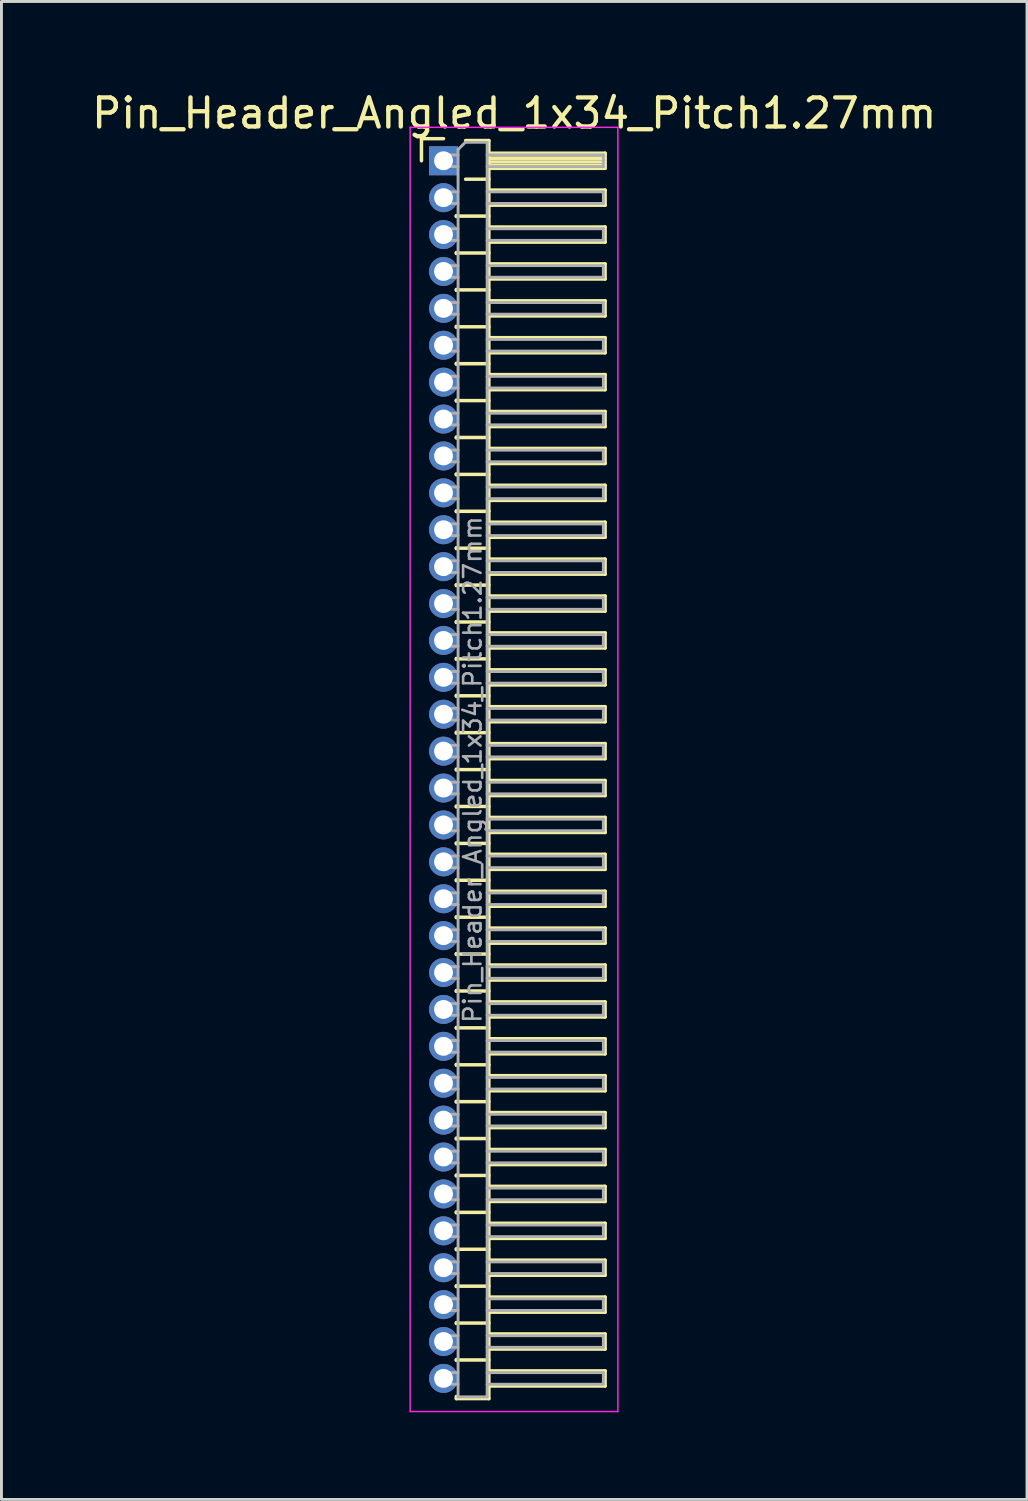
<source format=kicad_pcb>
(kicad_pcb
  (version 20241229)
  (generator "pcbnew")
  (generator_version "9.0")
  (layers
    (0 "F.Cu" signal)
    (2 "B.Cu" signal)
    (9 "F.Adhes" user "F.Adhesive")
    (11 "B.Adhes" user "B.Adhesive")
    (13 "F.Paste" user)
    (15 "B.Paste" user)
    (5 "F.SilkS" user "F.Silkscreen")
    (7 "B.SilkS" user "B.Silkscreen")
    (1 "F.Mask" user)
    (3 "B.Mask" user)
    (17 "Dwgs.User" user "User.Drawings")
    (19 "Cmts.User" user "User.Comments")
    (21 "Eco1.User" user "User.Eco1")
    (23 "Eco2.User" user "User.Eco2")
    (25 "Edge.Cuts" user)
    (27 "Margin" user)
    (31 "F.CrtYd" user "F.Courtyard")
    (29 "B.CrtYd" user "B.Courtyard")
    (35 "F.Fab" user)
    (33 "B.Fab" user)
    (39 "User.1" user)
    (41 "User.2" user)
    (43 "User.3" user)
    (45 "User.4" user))
  (footprint "Pin_Header_Angled_1x34_Pitch1.27mm"
    (layer "F.Cu")
    (at 12.216 2.483)
    (property "Reference" "Pin_Header_Angled_1x34_Pitch1.27mm" (at 2.433 -1.635 0) (layer "F.SilkS") (effects (font (size 1 1) (thickness 0.15))))
    (attr through_hole)
    (fp_line (start -0.76 -0.76) (end 0 -0.76) (stroke (width 0.12) (type solid)) (layer "F.SilkS"))
    (fp_line (start -0.76 0) (end -0.76 -0.76) (stroke (width 0.12) (type solid)) (layer "F.SilkS"))
    (fp_line (start 0.44 1.89) (end 0.44 1.92) (stroke (width 0.12) (type solid)) (layer "F.SilkS"))
    (fp_line (start 0.44 1.905) (end 1.56 1.905) (stroke (width 0.12) (type solid)) (layer "F.SilkS"))
    (fp_line (start 0.44 3.16) (end 0.44 3.19) (stroke (width 0.12) (type solid)) (layer "F.SilkS"))
    (fp_line (start 0.44 3.175) (end 1.56 3.175) (stroke (width 0.12) (type solid)) (layer "F.SilkS"))
    (fp_line (start 0.44 4.43) (end 0.44 4.46) (stroke (width 0.12) (type solid)) (layer "F.SilkS"))
    (fp_line (start 0.44 4.445) (end 1.56 4.445) (stroke (width 0.12) (type solid)) (layer "F.SilkS"))
    (fp_line (start 0.44 5.7) (end 0.44 5.73) (stroke (width 0.12) (type solid)) (layer "F.SilkS"))
    (fp_line (start 0.44 5.715) (end 1.56 5.715) (stroke (width 0.12) (type solid)) (layer "F.SilkS"))
    (fp_line (start 0.44 6.97) (end 0.44 7) (stroke (width 0.12) (type solid)) (layer "F.SilkS"))
    (fp_line (start 0.44 6.985) (end 1.56 6.985) (stroke (width 0.12) (type solid)) (layer "F.SilkS"))
    (fp_line (start 0.44 8.24) (end 0.44 8.27) (stroke (width 0.12) (type solid)) (layer "F.SilkS"))
    (fp_line (start 0.44 8.255) (end 1.56 8.255) (stroke (width 0.12) (type solid)) (layer "F.SilkS"))
    (fp_line (start 0.44 9.51) (end 0.44 9.54) (stroke (width 0.12) (type solid)) (layer "F.SilkS"))
    (fp_line (start 0.44 9.525) (end 1.56 9.525) (stroke (width 0.12) (type solid)) (layer "F.SilkS"))
    (fp_line (start 0.44 10.78) (end 0.44 10.81) (stroke (width 0.12) (type solid)) (layer "F.SilkS"))
    (fp_line (start 0.44 10.795) (end 1.56 10.795) (stroke (width 0.12) (type solid)) (layer "F.SilkS"))
    (fp_line (start 0.44 12.05) (end 0.44 12.08) (stroke (width 0.12) (type solid)) (layer "F.SilkS"))
    (fp_line (start 0.44 12.065) (end 1.56 12.065) (stroke (width 0.12) (type solid)) (layer "F.SilkS"))
    (fp_line (start 0.44 13.32) (end 0.44 13.35) (stroke (width 0.12) (type solid)) (layer "F.SilkS"))
    (fp_line (start 0.44 13.335) (end 1.56 13.335) (stroke (width 0.12) (type solid)) (layer "F.SilkS"))
    (fp_line (start 0.44 14.59) (end 0.44 14.62) (stroke (width 0.12) (type solid)) (layer "F.SilkS"))
    (fp_line (start 0.44 14.605) (end 1.56 14.605) (stroke (width 0.12) (type solid)) (layer "F.SilkS"))
    (fp_line (start 0.44 15.86) (end 0.44 15.89) (stroke (width 0.12) (type solid)) (layer "F.SilkS"))
    (fp_line (start 0.44 15.875) (end 1.56 15.875) (stroke (width 0.12) (type solid)) (layer "F.SilkS"))
    (fp_line (start 0.44 17.13) (end 0.44 17.16) (stroke (width 0.12) (type solid)) (layer "F.SilkS"))
    (fp_line (start 0.44 17.145) (end 1.56 17.145) (stroke (width 0.12) (type solid)) (layer "F.SilkS"))
    (fp_line (start 0.44 18.4) (end 0.44 18.43) (stroke (width 0.12) (type solid)) (layer "F.SilkS"))
    (fp_line (start 0.44 18.415) (end 1.56 18.415) (stroke (width 0.12) (type solid)) (layer "F.SilkS"))
    (fp_line (start 0.44 19.67) (end 0.44 19.7) (stroke (width 0.12) (type solid)) (layer "F.SilkS"))
    (fp_line (start 0.44 19.685) (end 1.56 19.685) (stroke (width 0.12) (type solid)) (layer "F.SilkS"))
    (fp_line (start 0.44 20.94) (end 0.44 20.97) (stroke (width 0.12) (type solid)) (layer "F.SilkS"))
    (fp_line (start 0.44 20.955) (end 1.56 20.955) (stroke (width 0.12) (type solid)) (layer "F.SilkS"))
    (fp_line (start 0.44 22.21) (end 0.44 22.24) (stroke (width 0.12) (type solid)) (layer "F.SilkS"))
    (fp_line (start 0.44 22.225) (end 1.56 22.225) (stroke (width 0.12) (type solid)) (layer "F.SilkS"))
    (fp_line (start 0.44 23.48) (end 0.44 23.51) (stroke (width 0.12) (type solid)) (layer "F.SilkS"))
    (fp_line (start 0.44 23.495) (end 1.56 23.495) (stroke (width 0.12) (type solid)) (layer "F.SilkS"))
    (fp_line (start 0.44 24.75) (end 0.44 24.78) (stroke (width 0.12) (type solid)) (layer "F.SilkS"))
    (fp_line (start 0.44 24.765) (end 1.56 24.765) (stroke (width 0.12) (type solid)) (layer "F.SilkS"))
    (fp_line (start 0.44 26.02) (end 0.44 26.05) (stroke (width 0.12) (type solid)) (layer "F.SilkS"))
    (fp_line (start 0.44 26.035) (end 1.56 26.035) (stroke (width 0.12) (type solid)) (layer "F.SilkS"))
    (fp_line (start 0.44 27.29) (end 0.44 27.32) (stroke (width 0.12) (type solid)) (layer "F.SilkS"))
    (fp_line (start 0.44 27.305) (end 1.56 27.305) (stroke (width 0.12) (type solid)) (layer "F.SilkS"))
    (fp_line (start 0.44 28.56) (end 0.44 28.59) (stroke (width 0.12) (type solid)) (layer "F.SilkS"))
    (fp_line (start 0.44 28.575) (end 1.56 28.575) (stroke (width 0.12) (type solid)) (layer "F.SilkS"))
    (fp_line (start 0.44 29.83) (end 0.44 29.86) (stroke (width 0.12) (type solid)) (layer "F.SilkS"))
    (fp_line (start 0.44 29.845) (end 1.56 29.845) (stroke (width 0.12) (type solid)) (layer "F.SilkS"))
    (fp_line (start 0.44 31.1) (end 0.44 31.13) (stroke (width 0.12) (type solid)) (layer "F.SilkS"))
    (fp_line (start 0.44 31.115) (end 1.56 31.115) (stroke (width 0.12) (type solid)) (layer "F.SilkS"))
    (fp_line (start 0.44 32.37) (end 0.44 32.4) (stroke (width 0.12) (type solid)) (layer "F.SilkS"))
    (fp_line (start 0.44 32.385) (end 1.56 32.385) (stroke (width 0.12) (type solid)) (layer "F.SilkS"))
    (fp_line (start 0.44 33.64) (end 0.44 33.67) (stroke (width 0.12) (type solid)) (layer "F.SilkS"))
    (fp_line (start 0.44 33.655) (end 1.56 33.655) (stroke (width 0.12) (type solid)) (layer "F.SilkS"))
    (fp_line (start 0.44 34.91) (end 0.44 34.94) (stroke (width 0.12) (type solid)) (layer "F.SilkS"))
    (fp_line (start 0.44 34.925) (end 1.56 34.925) (stroke (width 0.12) (type solid)) (layer "F.SilkS"))
    (fp_line (start 0.44 36.18) (end 0.44 36.21) (stroke (width 0.12) (type solid)) (layer "F.SilkS"))
    (fp_line (start 0.44 36.195) (end 1.56 36.195) (stroke (width 0.12) (type solid)) (layer "F.SilkS"))
    (fp_line (start 0.44 37.45) (end 0.44 37.48) (stroke (width 0.12) (type solid)) (layer "F.SilkS"))
    (fp_line (start 0.44 37.465) (end 1.56 37.465) (stroke (width 0.12) (type solid)) (layer "F.SilkS"))
    (fp_line (start 0.44 38.72) (end 0.44 38.75) (stroke (width 0.12) (type solid)) (layer "F.SilkS"))
    (fp_line (start 0.44 38.735) (end 1.56 38.735) (stroke (width 0.12) (type solid)) (layer "F.SilkS"))
    (fp_line (start 0.44 39.99) (end 0.44 40.02) (stroke (width 0.12) (type solid)) (layer "F.SilkS"))
    (fp_line (start 0.44 40.005) (end 1.56 40.005) (stroke (width 0.12) (type solid)) (layer "F.SilkS"))
    (fp_line (start 0.44 41.26) (end 0.44 41.29) (stroke (width 0.12) (type solid)) (layer "F.SilkS"))
    (fp_line (start 0.44 41.275) (end 1.56 41.275) (stroke (width 0.12) (type solid)) (layer "F.SilkS"))
    (fp_line (start 0.44 42.605) (end 0.44 42.53) (stroke (width 0.12) (type solid)) (layer "F.SilkS"))
    (fp_line (start 0.76 -0.695) (end 1.56 -0.695) (stroke (width 0.12) (type solid)) (layer "F.SilkS"))
    (fp_line (start 0.76 0.635) (end 1.56 0.635) (stroke (width 0.12) (type solid)) (layer "F.SilkS"))
    (fp_line (start 1.56 -0.695) (end 1.56 42.605) (stroke (width 0.12) (type solid)) (layer "F.SilkS"))
    (fp_line (start 1.56 -0.26) (end 5.56 -0.26) (stroke (width 0.12) (type solid)) (layer "F.SilkS"))
    (fp_line (start 1.56 -0.2) (end 5.56 -0.2) (stroke (width 0.12) (type solid)) (layer "F.SilkS"))
    (fp_line (start 1.56 -0.08) (end 5.56 -0.08) (stroke (width 0.12) (type solid)) (layer "F.SilkS"))
    (fp_line (start 1.56 0.04) (end 5.56 0.04) (stroke (width 0.12) (type solid)) (layer "F.SilkS"))
    (fp_line (start 1.56 0.16) (end 5.56 0.16) (stroke (width 0.12) (type solid)) (layer "F.SilkS"))
    (fp_line (start 1.56 1.01) (end 5.56 1.01) (stroke (width 0.12) (type solid)) (layer "F.SilkS"))
    (fp_line (start 1.56 2.28) (end 5.56 2.28) (stroke (width 0.12) (type solid)) (layer "F.SilkS"))
    (fp_line (start 1.56 3.55) (end 5.56 3.55) (stroke (width 0.12) (type solid)) (layer "F.SilkS"))
    (fp_line (start 1.56 4.82) (end 5.56 4.82) (stroke (width 0.12) (type solid)) (layer "F.SilkS"))
    (fp_line (start 1.56 6.09) (end 5.56 6.09) (stroke (width 0.12) (type solid)) (layer "F.SilkS"))
    (fp_line (start 1.56 7.36) (end 5.56 7.36) (stroke (width 0.12) (type solid)) (layer "F.SilkS"))
    (fp_line (start 1.56 8.63) (end 5.56 8.63) (stroke (width 0.12) (type solid)) (layer "F.SilkS"))
    (fp_line (start 1.56 9.9) (end 5.56 9.9) (stroke (width 0.12) (type solid)) (layer "F.SilkS"))
    (fp_line (start 1.56 11.17) (end 5.56 11.17) (stroke (width 0.12) (type solid)) (layer "F.SilkS"))
    (fp_line (start 1.56 12.44) (end 5.56 12.44) (stroke (width 0.12) (type solid)) (layer "F.SilkS"))
    (fp_line (start 1.56 13.71) (end 5.56 13.71) (stroke (width 0.12) (type solid)) (layer "F.SilkS"))
    (fp_line (start 1.56 14.98) (end 5.56 14.98) (stroke (width 0.12) (type solid)) (layer "F.SilkS"))
    (fp_line (start 1.56 16.25) (end 5.56 16.25) (stroke (width 0.12) (type solid)) (layer "F.SilkS"))
    (fp_line (start 1.56 17.52) (end 5.56 17.52) (stroke (width 0.12) (type solid)) (layer "F.SilkS"))
    (fp_line (start 1.56 18.79) (end 5.56 18.79) (stroke (width 0.12) (type solid)) (layer "F.SilkS"))
    (fp_line (start 1.56 20.06) (end 5.56 20.06) (stroke (width 0.12) (type solid)) (layer "F.SilkS"))
    (fp_line (start 1.56 21.33) (end 5.56 21.33) (stroke (width 0.12) (type solid)) (layer "F.SilkS"))
    (fp_line (start 1.56 22.6) (end 5.56 22.6) (stroke (width 0.12) (type solid)) (layer "F.SilkS"))
    (fp_line (start 1.56 23.87) (end 5.56 23.87) (stroke (width 0.12) (type solid)) (layer "F.SilkS"))
    (fp_line (start 1.56 25.14) (end 5.56 25.14) (stroke (width 0.12) (type solid)) (layer "F.SilkS"))
    (fp_line (start 1.56 26.41) (end 5.56 26.41) (stroke (width 0.12) (type solid)) (layer "F.SilkS"))
    (fp_line (start 1.56 27.68) (end 5.56 27.68) (stroke (width 0.12) (type solid)) (layer "F.SilkS"))
    (fp_line (start 1.56 28.95) (end 5.56 28.95) (stroke (width 0.12) (type solid)) (layer "F.SilkS"))
    (fp_line (start 1.56 30.22) (end 5.56 30.22) (stroke (width 0.12) (type solid)) (layer "F.SilkS"))
    (fp_line (start 1.56 31.49) (end 5.56 31.49) (stroke (width 0.12) (type solid)) (layer "F.SilkS"))
    (fp_line (start 1.56 32.76) (end 5.56 32.76) (stroke (width 0.12) (type solid)) (layer "F.SilkS"))
    (fp_line (start 1.56 34.03) (end 5.56 34.03) (stroke (width 0.12) (type solid)) (layer "F.SilkS"))
    (fp_line (start 1.56 35.3) (end 5.56 35.3) (stroke (width 0.12) (type solid)) (layer "F.SilkS"))
    (fp_line (start 1.56 36.57) (end 5.56 36.57) (stroke (width 0.12) (type solid)) (layer "F.SilkS"))
    (fp_line (start 1.56 37.84) (end 5.56 37.84) (stroke (width 0.12) (type solid)) (layer "F.SilkS"))
    (fp_line (start 1.56 39.11) (end 5.56 39.11) (stroke (width 0.12) (type solid)) (layer "F.SilkS"))
    (fp_line (start 1.56 40.38) (end 5.56 40.38) (stroke (width 0.12) (type solid)) (layer "F.SilkS"))
    (fp_line (start 1.56 41.65) (end 5.56 41.65) (stroke (width 0.12) (type solid)) (layer "F.SilkS"))
    (fp_line (start 1.56 42.605) (end 0.44 42.605) (stroke (width 0.12) (type solid)) (layer "F.SilkS"))
    (fp_line (start 5.56 -0.26) (end 5.56 0.26) (stroke (width 0.12) (type solid)) (layer "F.SilkS"))
    (fp_line (start 5.56 0.26) (end 1.56 0.26) (stroke (width 0.12) (type solid)) (layer "F.SilkS"))
    (fp_line (start 5.56 1.01) (end 5.56 1.53) (stroke (width 0.12) (type solid)) (layer "F.SilkS"))
    (fp_line (start 5.56 1.53) (end 1.56 1.53) (stroke (width 0.12) (type solid)) (layer "F.SilkS"))
    (fp_line (start 5.56 2.28) (end 5.56 2.8) (stroke (width 0.12) (type solid)) (layer "F.SilkS"))
    (fp_line (start 5.56 2.8) (end 1.56 2.8) (stroke (width 0.12) (type solid)) (layer "F.SilkS"))
    (fp_line (start 5.56 3.55) (end 5.56 4.07) (stroke (width 0.12) (type solid)) (layer "F.SilkS"))
    (fp_line (start 5.56 4.07) (end 1.56 4.07) (stroke (width 0.12) (type solid)) (layer "F.SilkS"))
    (fp_line (start 5.56 4.82) (end 5.56 5.34) (stroke (width 0.12) (type solid)) (layer "F.SilkS"))
    (fp_line (start 5.56 5.34) (end 1.56 5.34) (stroke (width 0.12) (type solid)) (layer "F.SilkS"))
    (fp_line (start 5.56 6.09) (end 5.56 6.61) (stroke (width 0.12) (type solid)) (layer "F.SilkS"))
    (fp_line (start 5.56 6.61) (end 1.56 6.61) (stroke (width 0.12) (type solid)) (layer "F.SilkS"))
    (fp_line (start 5.56 7.36) (end 5.56 7.88) (stroke (width 0.12) (type solid)) (layer "F.SilkS"))
    (fp_line (start 5.56 7.88) (end 1.56 7.88) (stroke (width 0.12) (type solid)) (layer "F.SilkS"))
    (fp_line (start 5.56 8.63) (end 5.56 9.15) (stroke (width 0.12) (type solid)) (layer "F.SilkS"))
    (fp_line (start 5.56 9.15) (end 1.56 9.15) (stroke (width 0.12) (type solid)) (layer "F.SilkS"))
    (fp_line (start 5.56 9.9) (end 5.56 10.42) (stroke (width 0.12) (type solid)) (layer "F.SilkS"))
    (fp_line (start 5.56 10.42) (end 1.56 10.42) (stroke (width 0.12) (type solid)) (layer "F.SilkS"))
    (fp_line (start 5.56 11.17) (end 5.56 11.69) (stroke (width 0.12) (type solid)) (layer "F.SilkS"))
    (fp_line (start 5.56 11.69) (end 1.56 11.69) (stroke (width 0.12) (type solid)) (layer "F.SilkS"))
    (fp_line (start 5.56 12.44) (end 5.56 12.96) (stroke (width 0.12) (type solid)) (layer "F.SilkS"))
    (fp_line (start 5.56 12.96) (end 1.56 12.96) (stroke (width 0.12) (type solid)) (layer "F.SilkS"))
    (fp_line (start 5.56 13.71) (end 5.56 14.23) (stroke (width 0.12) (type solid)) (layer "F.SilkS"))
    (fp_line (start 5.56 14.23) (end 1.56 14.23) (stroke (width 0.12) (type solid)) (layer "F.SilkS"))
    (fp_line (start 5.56 14.98) (end 5.56 15.5) (stroke (width 0.12) (type solid)) (layer "F.SilkS"))
    (fp_line (start 5.56 15.5) (end 1.56 15.5) (stroke (width 0.12) (type solid)) (layer "F.SilkS"))
    (fp_line (start 5.56 16.25) (end 5.56 16.77) (stroke (width 0.12) (type solid)) (layer "F.SilkS"))
    (fp_line (start 5.56 16.77) (end 1.56 16.77) (stroke (width 0.12) (type solid)) (layer "F.SilkS"))
    (fp_line (start 5.56 17.52) (end 5.56 18.04) (stroke (width 0.12) (type solid)) (layer "F.SilkS"))
    (fp_line (start 5.56 18.04) (end 1.56 18.04) (stroke (width 0.12) (type solid)) (layer "F.SilkS"))
    (fp_line (start 5.56 18.79) (end 5.56 19.31) (stroke (width 0.12) (type solid)) (layer "F.SilkS"))
    (fp_line (start 5.56 19.31) (end 1.56 19.31) (stroke (width 0.12) (type solid)) (layer "F.SilkS"))
    (fp_line (start 5.56 20.06) (end 5.56 20.58) (stroke (width 0.12) (type solid)) (layer "F.SilkS"))
    (fp_line (start 5.56 20.58) (end 1.56 20.58) (stroke (width 0.12) (type solid)) (layer "F.SilkS"))
    (fp_line (start 5.56 21.33) (end 5.56 21.85) (stroke (width 0.12) (type solid)) (layer "F.SilkS"))
    (fp_line (start 5.56 21.85) (end 1.56 21.85) (stroke (width 0.12) (type solid)) (layer "F.SilkS"))
    (fp_line (start 5.56 22.6) (end 5.56 23.12) (stroke (width 0.12) (type solid)) (layer "F.SilkS"))
    (fp_line (start 5.56 23.12) (end 1.56 23.12) (stroke (width 0.12) (type solid)) (layer "F.SilkS"))
    (fp_line (start 5.56 23.87) (end 5.56 24.39) (stroke (width 0.12) (type solid)) (layer "F.SilkS"))
    (fp_line (start 5.56 24.39) (end 1.56 24.39) (stroke (width 0.12) (type solid)) (layer "F.SilkS"))
    (fp_line (start 5.56 25.14) (end 5.56 25.66) (stroke (width 0.12) (type solid)) (layer "F.SilkS"))
    (fp_line (start 5.56 25.66) (end 1.56 25.66) (stroke (width 0.12) (type solid)) (layer "F.SilkS"))
    (fp_line (start 5.56 26.41) (end 5.56 26.93) (stroke (width 0.12) (type solid)) (layer "F.SilkS"))
    (fp_line (start 5.56 26.93) (end 1.56 26.93) (stroke (width 0.12) (type solid)) (layer "F.SilkS"))
    (fp_line (start 5.56 27.68) (end 5.56 28.2) (stroke (width 0.12) (type solid)) (layer "F.SilkS"))
    (fp_line (start 5.56 28.2) (end 1.56 28.2) (stroke (width 0.12) (type solid)) (layer "F.SilkS"))
    (fp_line (start 5.56 28.95) (end 5.56 29.47) (stroke (width 0.12) (type solid)) (layer "F.SilkS"))
    (fp_line (start 5.56 29.47) (end 1.56 29.47) (stroke (width 0.12) (type solid)) (layer "F.SilkS"))
    (fp_line (start 5.56 30.22) (end 5.56 30.74) (stroke (width 0.12) (type solid)) (layer "F.SilkS"))
    (fp_line (start 5.56 30.74) (end 1.56 30.74) (stroke (width 0.12) (type solid)) (layer "F.SilkS"))
    (fp_line (start 5.56 31.49) (end 5.56 32.01) (stroke (width 0.12) (type solid)) (layer "F.SilkS"))
    (fp_line (start 5.56 32.01) (end 1.56 32.01) (stroke (width 0.12) (type solid)) (layer "F.SilkS"))
    (fp_line (start 5.56 32.76) (end 5.56 33.28) (stroke (width 0.12) (type solid)) (layer "F.SilkS"))
    (fp_line (start 5.56 33.28) (end 1.56 33.28) (stroke (width 0.12) (type solid)) (layer "F.SilkS"))
    (fp_line (start 5.56 34.03) (end 5.56 34.55) (stroke (width 0.12) (type solid)) (layer "F.SilkS"))
    (fp_line (start 5.56 34.55) (end 1.56 34.55) (stroke (width 0.12) (type solid)) (layer "F.SilkS"))
    (fp_line (start 5.56 35.3) (end 5.56 35.82) (stroke (width 0.12) (type solid)) (layer "F.SilkS"))
    (fp_line (start 5.56 35.82) (end 1.56 35.82) (stroke (width 0.12) (type solid)) (layer "F.SilkS"))
    (fp_line (start 5.56 36.57) (end 5.56 37.09) (stroke (width 0.12) (type solid)) (layer "F.SilkS"))
    (fp_line (start 5.56 37.09) (end 1.56 37.09) (stroke (width 0.12) (type solid)) (layer "F.SilkS"))
    (fp_line (start 5.56 37.84) (end 5.56 38.36) (stroke (width 0.12) (type solid)) (layer "F.SilkS"))
    (fp_line (start 5.56 38.36) (end 1.56 38.36) (stroke (width 0.12) (type solid)) (layer "F.SilkS"))
    (fp_line (start 5.56 39.11) (end 5.56 39.63) (stroke (width 0.12) (type solid)) (layer "F.SilkS"))
    (fp_line (start 5.56 39.63) (end 1.56 39.63) (stroke (width 0.12) (type solid)) (layer "F.SilkS"))
    (fp_line (start 5.56 40.38) (end 5.56 40.9) (stroke (width 0.12) (type solid)) (layer "F.SilkS"))
    (fp_line (start 5.56 40.9) (end 1.56 40.9) (stroke (width 0.12) (type solid)) (layer "F.SilkS"))
    (fp_line (start 5.56 41.65) (end 5.56 42.17) (stroke (width 0.12) (type solid)) (layer "F.SilkS"))
    (fp_line (start 5.56 42.17) (end 1.56 42.17) (stroke (width 0.12) (type solid)) (layer "F.SilkS"))
    (fp_line (start -1.15 -1.15) (end -1.15 43.05) (stroke (width 0.05) (type solid)) (layer "F.CrtYd"))
    (fp_line (start -1.15 43.05) (end 6 43.05) (stroke (width 0.05) (type solid)) (layer "F.CrtYd"))
    (fp_line (start 6 -1.15) (end -1.15 -1.15) (stroke (width 0.05) (type solid)) (layer "F.CrtYd"))
    (fp_line (start 6 43.05) (end 6 -1.15) (stroke (width 0.05) (type solid)) (layer "F.CrtYd"))
    (fp_line (start -0.2 -0.2) (end -0.2 0.2) (stroke (width 0.1) (type solid)) (layer "F.Fab"))
    (fp_line (start -0.2 -0.2) (end 0.5 -0.2) (stroke (width 0.1) (type solid)) (layer "F.Fab"))
    (fp_line (start -0.2 0.2) (end 0.5 0.2) (stroke (width 0.1) (type solid)) (layer "F.Fab"))
    (fp_line (start -0.2 1.07) (end -0.2 1.47) (stroke (width 0.1) (type solid)) (layer "F.Fab"))
    (fp_line (start -0.2 1.07) (end 0.5 1.07) (stroke (width 0.1) (type solid)) (layer "F.Fab"))
    (fp_line (start -0.2 1.47) (end 0.5 1.47) (stroke (width 0.1) (type solid)) (layer "F.Fab"))
    (fp_line (start -0.2 2.34) (end -0.2 2.74) (stroke (width 0.1) (type solid)) (layer "F.Fab"))
    (fp_line (start -0.2 2.34) (end 0.5 2.34) (stroke (width 0.1) (type solid)) (layer "F.Fab"))
    (fp_line (start -0.2 2.74) (end 0.5 2.74) (stroke (width 0.1) (type solid)) (layer "F.Fab"))
    (fp_line (start -0.2 3.61) (end -0.2 4.01) (stroke (width 0.1) (type solid)) (layer "F.Fab"))
    (fp_line (start -0.2 3.61) (end 0.5 3.61) (stroke (width 0.1) (type solid)) (layer "F.Fab"))
    (fp_line (start -0.2 4.01) (end 0.5 4.01) (stroke (width 0.1) (type solid)) (layer "F.Fab"))
    (fp_line (start -0.2 4.88) (end -0.2 5.28) (stroke (width 0.1) (type solid)) (layer "F.Fab"))
    (fp_line (start -0.2 4.88) (end 0.5 4.88) (stroke (width 0.1) (type solid)) (layer "F.Fab"))
    (fp_line (start -0.2 5.28) (end 0.5 5.28) (stroke (width 0.1) (type solid)) (layer "F.Fab"))
    (fp_line (start -0.2 6.15) (end -0.2 6.55) (stroke (width 0.1) (type solid)) (layer "F.Fab"))
    (fp_line (start -0.2 6.15) (end 0.5 6.15) (stroke (width 0.1) (type solid)) (layer "F.Fab"))
    (fp_line (start -0.2 6.55) (end 0.5 6.55) (stroke (width 0.1) (type solid)) (layer "F.Fab"))
    (fp_line (start -0.2 7.42) (end -0.2 7.82) (stroke (width 0.1) (type solid)) (layer "F.Fab"))
    (fp_line (start -0.2 7.42) (end 0.5 7.42) (stroke (width 0.1) (type solid)) (layer "F.Fab"))
    (fp_line (start -0.2 7.82) (end 0.5 7.82) (stroke (width 0.1) (type solid)) (layer "F.Fab"))
    (fp_line (start -0.2 8.69) (end -0.2 9.09) (stroke (width 0.1) (type solid)) (layer "F.Fab"))
    (fp_line (start -0.2 8.69) (end 0.5 8.69) (stroke (width 0.1) (type solid)) (layer "F.Fab"))
    (fp_line (start -0.2 9.09) (end 0.5 9.09) (stroke (width 0.1) (type solid)) (layer "F.Fab"))
    (fp_line (start -0.2 9.96) (end -0.2 10.36) (stroke (width 0.1) (type solid)) (layer "F.Fab"))
    (fp_line (start -0.2 9.96) (end 0.5 9.96) (stroke (width 0.1) (type solid)) (layer "F.Fab"))
    (fp_line (start -0.2 10.36) (end 0.5 10.36) (stroke (width 0.1) (type solid)) (layer "F.Fab"))
    (fp_line (start -0.2 11.23) (end -0.2 11.63) (stroke (width 0.1) (type solid)) (layer "F.Fab"))
    (fp_line (start -0.2 11.23) (end 0.5 11.23) (stroke (width 0.1) (type solid)) (layer "F.Fab"))
    (fp_line (start -0.2 11.63) (end 0.5 11.63) (stroke (width 0.1) (type solid)) (layer "F.Fab"))
    (fp_line (start -0.2 12.5) (end -0.2 12.9) (stroke (width 0.1) (type solid)) (layer "F.Fab"))
    (fp_line (start -0.2 12.5) (end 0.5 12.5) (stroke (width 0.1) (type solid)) (layer "F.Fab"))
    (fp_line (start -0.2 12.9) (end 0.5 12.9) (stroke (width 0.1) (type solid)) (layer "F.Fab"))
    (fp_line (start -0.2 13.77) (end -0.2 14.17) (stroke (width 0.1) (type solid)) (layer "F.Fab"))
    (fp_line (start -0.2 13.77) (end 0.5 13.77) (stroke (width 0.1) (type solid)) (layer "F.Fab"))
    (fp_line (start -0.2 14.17) (end 0.5 14.17) (stroke (width 0.1) (type solid)) (layer "F.Fab"))
    (fp_line (start -0.2 15.04) (end -0.2 15.44) (stroke (width 0.1) (type solid)) (layer "F.Fab"))
    (fp_line (start -0.2 15.04) (end 0.5 15.04) (stroke (width 0.1) (type solid)) (layer "F.Fab"))
    (fp_line (start -0.2 15.44) (end 0.5 15.44) (stroke (width 0.1) (type solid)) (layer "F.Fab"))
    (fp_line (start -0.2 16.31) (end -0.2 16.71) (stroke (width 0.1) (type solid)) (layer "F.Fab"))
    (fp_line (start -0.2 16.31) (end 0.5 16.31) (stroke (width 0.1) (type solid)) (layer "F.Fab"))
    (fp_line (start -0.2 16.71) (end 0.5 16.71) (stroke (width 0.1) (type solid)) (layer "F.Fab"))
    (fp_line (start -0.2 17.58) (end -0.2 17.98) (stroke (width 0.1) (type solid)) (layer "F.Fab"))
    (fp_line (start -0.2 17.58) (end 0.5 17.58) (stroke (width 0.1) (type solid)) (layer "F.Fab"))
    (fp_line (start -0.2 17.98) (end 0.5 17.98) (stroke (width 0.1) (type solid)) (layer "F.Fab"))
    (fp_line (start -0.2 18.85) (end -0.2 19.25) (stroke (width 0.1) (type solid)) (layer "F.Fab"))
    (fp_line (start -0.2 18.85) (end 0.5 18.85) (stroke (width 0.1) (type solid)) (layer "F.Fab"))
    (fp_line (start -0.2 19.25) (end 0.5 19.25) (stroke (width 0.1) (type solid)) (layer "F.Fab"))
    (fp_line (start -0.2 20.12) (end -0.2 20.52) (stroke (width 0.1) (type solid)) (layer "F.Fab"))
    (fp_line (start -0.2 20.12) (end 0.5 20.12) (stroke (width 0.1) (type solid)) (layer "F.Fab"))
    (fp_line (start -0.2 20.52) (end 0.5 20.52) (stroke (width 0.1) (type solid)) (layer "F.Fab"))
    (fp_line (start -0.2 21.39) (end -0.2 21.79) (stroke (width 0.1) (type solid)) (layer "F.Fab"))
    (fp_line (start -0.2 21.39) (end 0.5 21.39) (stroke (width 0.1) (type solid)) (layer "F.Fab"))
    (fp_line (start -0.2 21.79) (end 0.5 21.79) (stroke (width 0.1) (type solid)) (layer "F.Fab"))
    (fp_line (start -0.2 22.66) (end -0.2 23.06) (stroke (width 0.1) (type solid)) (layer "F.Fab"))
    (fp_line (start -0.2 22.66) (end 0.5 22.66) (stroke (width 0.1) (type solid)) (layer "F.Fab"))
    (fp_line (start -0.2 23.06) (end 0.5 23.06) (stroke (width 0.1) (type solid)) (layer "F.Fab"))
    (fp_line (start -0.2 23.93) (end -0.2 24.33) (stroke (width 0.1) (type solid)) (layer "F.Fab"))
    (fp_line (start -0.2 23.93) (end 0.5 23.93) (stroke (width 0.1) (type solid)) (layer "F.Fab"))
    (fp_line (start -0.2 24.33) (end 0.5 24.33) (stroke (width 0.1) (type solid)) (layer "F.Fab"))
    (fp_line (start -0.2 25.2) (end -0.2 25.6) (stroke (width 0.1) (type solid)) (layer "F.Fab"))
    (fp_line (start -0.2 25.2) (end 0.5 25.2) (stroke (width 0.1) (type solid)) (layer "F.Fab"))
    (fp_line (start -0.2 25.6) (end 0.5 25.6) (stroke (width 0.1) (type solid)) (layer "F.Fab"))
    (fp_line (start -0.2 26.47) (end -0.2 26.87) (stroke (width 0.1) (type solid)) (layer "F.Fab"))
    (fp_line (start -0.2 26.47) (end 0.5 26.47) (stroke (width 0.1) (type solid)) (layer "F.Fab"))
    (fp_line (start -0.2 26.87) (end 0.5 26.87) (stroke (width 0.1) (type solid)) (layer "F.Fab"))
    (fp_line (start -0.2 27.74) (end -0.2 28.14) (stroke (width 0.1) (type solid)) (layer "F.Fab"))
    (fp_line (start -0.2 27.74) (end 0.5 27.74) (stroke (width 0.1) (type solid)) (layer "F.Fab"))
    (fp_line (start -0.2 28.14) (end 0.5 28.14) (stroke (width 0.1) (type solid)) (layer "F.Fab"))
    (fp_line (start -0.2 29.01) (end -0.2 29.41) (stroke (width 0.1) (type solid)) (layer "F.Fab"))
    (fp_line (start -0.2 29.01) (end 0.5 29.01) (stroke (width 0.1) (type solid)) (layer "F.Fab"))
    (fp_line (start -0.2 29.41) (end 0.5 29.41) (stroke (width 0.1) (type solid)) (layer "F.Fab"))
    (fp_line (start -0.2 30.28) (end -0.2 30.68) (stroke (width 0.1) (type solid)) (layer "F.Fab"))
    (fp_line (start -0.2 30.28) (end 0.5 30.28) (stroke (width 0.1) (type solid)) (layer "F.Fab"))
    (fp_line (start -0.2 30.68) (end 0.5 30.68) (stroke (width 0.1) (type solid)) (layer "F.Fab"))
    (fp_line (start -0.2 31.55) (end -0.2 31.95) (stroke (width 0.1) (type solid)) (layer "F.Fab"))
    (fp_line (start -0.2 31.55) (end 0.5 31.55) (stroke (width 0.1) (type solid)) (layer "F.Fab"))
    (fp_line (start -0.2 31.95) (end 0.5 31.95) (stroke (width 0.1) (type solid)) (layer "F.Fab"))
    (fp_line (start -0.2 32.82) (end -0.2 33.22) (stroke (width 0.1) (type solid)) (layer "F.Fab"))
    (fp_line (start -0.2 32.82) (end 0.5 32.82) (stroke (width 0.1) (type solid)) (layer "F.Fab"))
    (fp_line (start -0.2 33.22) (end 0.5 33.22) (stroke (width 0.1) (type solid)) (layer "F.Fab"))
    (fp_line (start -0.2 34.09) (end -0.2 34.49) (stroke (width 0.1) (type solid)) (layer "F.Fab"))
    (fp_line (start -0.2 34.09) (end 0.5 34.09) (stroke (width 0.1) (type solid)) (layer "F.Fab"))
    (fp_line (start -0.2 34.49) (end 0.5 34.49) (stroke (width 0.1) (type solid)) (layer "F.Fab"))
    (fp_line (start -0.2 35.36) (end -0.2 35.76) (stroke (width 0.1) (type solid)) (layer "F.Fab"))
    (fp_line (start -0.2 35.36) (end 0.5 35.36) (stroke (width 0.1) (type solid)) (layer "F.Fab"))
    (fp_line (start -0.2 35.76) (end 0.5 35.76) (stroke (width 0.1) (type solid)) (layer "F.Fab"))
    (fp_line (start -0.2 36.63) (end -0.2 37.03) (stroke (width 0.1) (type solid)) (layer "F.Fab"))
    (fp_line (start -0.2 36.63) (end 0.5 36.63) (stroke (width 0.1) (type solid)) (layer "F.Fab"))
    (fp_line (start -0.2 37.03) (end 0.5 37.03) (stroke (width 0.1) (type solid)) (layer "F.Fab"))
    (fp_line (start -0.2 37.9) (end -0.2 38.3) (stroke (width 0.1) (type solid)) (layer "F.Fab"))
    (fp_line (start -0.2 37.9) (end 0.5 37.9) (stroke (width 0.1) (type solid)) (layer "F.Fab"))
    (fp_line (start -0.2 38.3) (end 0.5 38.3) (stroke (width 0.1) (type solid)) (layer "F.Fab"))
    (fp_line (start -0.2 39.17) (end -0.2 39.57) (stroke (width 0.1) (type solid)) (layer "F.Fab"))
    (fp_line (start -0.2 39.17) (end 0.5 39.17) (stroke (width 0.1) (type solid)) (layer "F.Fab"))
    (fp_line (start -0.2 39.57) (end 0.5 39.57) (stroke (width 0.1) (type solid)) (layer "F.Fab"))
    (fp_line (start -0.2 40.44) (end -0.2 40.84) (stroke (width 0.1) (type solid)) (layer "F.Fab"))
    (fp_line (start -0.2 40.44) (end 0.5 40.44) (stroke (width 0.1) (type solid)) (layer "F.Fab"))
    (fp_line (start -0.2 40.84) (end 0.5 40.84) (stroke (width 0.1) (type solid)) (layer "F.Fab"))
    (fp_line (start -0.2 41.71) (end -0.2 42.11) (stroke (width 0.1) (type solid)) (layer "F.Fab"))
    (fp_line (start -0.2 41.71) (end 0.5 41.71) (stroke (width 0.1) (type solid)) (layer "F.Fab"))
    (fp_line (start -0.2 42.11) (end 0.5 42.11) (stroke (width 0.1) (type solid)) (layer "F.Fab"))
    (fp_line (start 0.5 -0.385) (end 0.75 -0.635) (stroke (width 0.1) (type solid)) (layer "F.Fab"))
    (fp_line (start 0.5 42.545) (end 0.5 -0.385) (stroke (width 0.1) (type solid)) (layer "F.Fab"))
    (fp_line (start 0.75 -0.635) (end 1.5 -0.635) (stroke (width 0.1) (type solid)) (layer "F.Fab"))
    (fp_line (start 1.5 -0.635) (end 1.5 42.545) (stroke (width 0.1) (type solid)) (layer "F.Fab"))
    (fp_line (start 1.5 -0.2) (end 5.5 -0.2) (stroke (width 0.1) (type solid)) (layer "F.Fab"))
    (fp_line (start 1.5 0.2) (end 5.5 0.2) (stroke (width 0.1) (type solid)) (layer "F.Fab"))
    (fp_line (start 1.5 1.07) (end 5.5 1.07) (stroke (width 0.1) (type solid)) (layer "F.Fab"))
    (fp_line (start 1.5 1.47) (end 5.5 1.47) (stroke (width 0.1) (type solid)) (layer "F.Fab"))
    (fp_line (start 1.5 2.34) (end 5.5 2.34) (stroke (width 0.1) (type solid)) (layer "F.Fab"))
    (fp_line (start 1.5 2.74) (end 5.5 2.74) (stroke (width 0.1) (type solid)) (layer "F.Fab"))
    (fp_line (start 1.5 3.61) (end 5.5 3.61) (stroke (width 0.1) (type solid)) (layer "F.Fab"))
    (fp_line (start 1.5 4.01) (end 5.5 4.01) (stroke (width 0.1) (type solid)) (layer "F.Fab"))
    (fp_line (start 1.5 4.88) (end 5.5 4.88) (stroke (width 0.1) (type solid)) (layer "F.Fab"))
    (fp_line (start 1.5 5.28) (end 5.5 5.28) (stroke (width 0.1) (type solid)) (layer "F.Fab"))
    (fp_line (start 1.5 6.15) (end 5.5 6.15) (stroke (width 0.1) (type solid)) (layer "F.Fab"))
    (fp_line (start 1.5 6.55) (end 5.5 6.55) (stroke (width 0.1) (type solid)) (layer "F.Fab"))
    (fp_line (start 1.5 7.42) (end 5.5 7.42) (stroke (width 0.1) (type solid)) (layer "F.Fab"))
    (fp_line (start 1.5 7.82) (end 5.5 7.82) (stroke (width 0.1) (type solid)) (layer "F.Fab"))
    (fp_line (start 1.5 8.69) (end 5.5 8.69) (stroke (width 0.1) (type solid)) (layer "F.Fab"))
    (fp_line (start 1.5 9.09) (end 5.5 9.09) (stroke (width 0.1) (type solid)) (layer "F.Fab"))
    (fp_line (start 1.5 9.96) (end 5.5 9.96) (stroke (width 0.1) (type solid)) (layer "F.Fab"))
    (fp_line (start 1.5 10.36) (end 5.5 10.36) (stroke (width 0.1) (type solid)) (layer "F.Fab"))
    (fp_line (start 1.5 11.23) (end 5.5 11.23) (stroke (width 0.1) (type solid)) (layer "F.Fab"))
    (fp_line (start 1.5 11.63) (end 5.5 11.63) (stroke (width 0.1) (type solid)) (layer "F.Fab"))
    (fp_line (start 1.5 12.5) (end 5.5 12.5) (stroke (width 0.1) (type solid)) (layer "F.Fab"))
    (fp_line (start 1.5 12.9) (end 5.5 12.9) (stroke (width 0.1) (type solid)) (layer "F.Fab"))
    (fp_line (start 1.5 13.77) (end 5.5 13.77) (stroke (width 0.1) (type solid)) (layer "F.Fab"))
    (fp_line (start 1.5 14.17) (end 5.5 14.17) (stroke (width 0.1) (type solid)) (layer "F.Fab"))
    (fp_line (start 1.5 15.04) (end 5.5 15.04) (stroke (width 0.1) (type solid)) (layer "F.Fab"))
    (fp_line (start 1.5 15.44) (end 5.5 15.44) (stroke (width 0.1) (type solid)) (layer "F.Fab"))
    (fp_line (start 1.5 16.31) (end 5.5 16.31) (stroke (width 0.1) (type solid)) (layer "F.Fab"))
    (fp_line (start 1.5 16.71) (end 5.5 16.71) (stroke (width 0.1) (type solid)) (layer "F.Fab"))
    (fp_line (start 1.5 17.58) (end 5.5 17.58) (stroke (width 0.1) (type solid)) (layer "F.Fab"))
    (fp_line (start 1.5 17.98) (end 5.5 17.98) (stroke (width 0.1) (type solid)) (layer "F.Fab"))
    (fp_line (start 1.5 18.85) (end 5.5 18.85) (stroke (width 0.1) (type solid)) (layer "F.Fab"))
    (fp_line (start 1.5 19.25) (end 5.5 19.25) (stroke (width 0.1) (type solid)) (layer "F.Fab"))
    (fp_line (start 1.5 20.12) (end 5.5 20.12) (stroke (width 0.1) (type solid)) (layer "F.Fab"))
    (fp_line (start 1.5 20.52) (end 5.5 20.52) (stroke (width 0.1) (type solid)) (layer "F.Fab"))
    (fp_line (start 1.5 21.39) (end 5.5 21.39) (stroke (width 0.1) (type solid)) (layer "F.Fab"))
    (fp_line (start 1.5 21.79) (end 5.5 21.79) (stroke (width 0.1) (type solid)) (layer "F.Fab"))
    (fp_line (start 1.5 22.66) (end 5.5 22.66) (stroke (width 0.1) (type solid)) (layer "F.Fab"))
    (fp_line (start 1.5 23.06) (end 5.5 23.06) (stroke (width 0.1) (type solid)) (layer "F.Fab"))
    (fp_line (start 1.5 23.93) (end 5.5 23.93) (stroke (width 0.1) (type solid)) (layer "F.Fab"))
    (fp_line (start 1.5 24.33) (end 5.5 24.33) (stroke (width 0.1) (type solid)) (layer "F.Fab"))
    (fp_line (start 1.5 25.2) (end 5.5 25.2) (stroke (width 0.1) (type solid)) (layer "F.Fab"))
    (fp_line (start 1.5 25.6) (end 5.5 25.6) (stroke (width 0.1) (type solid)) (layer "F.Fab"))
    (fp_line (start 1.5 26.47) (end 5.5 26.47) (stroke (width 0.1) (type solid)) (layer "F.Fab"))
    (fp_line (start 1.5 26.87) (end 5.5 26.87) (stroke (width 0.1) (type solid)) (layer "F.Fab"))
    (fp_line (start 1.5 27.74) (end 5.5 27.74) (stroke (width 0.1) (type solid)) (layer "F.Fab"))
    (fp_line (start 1.5 28.14) (end 5.5 28.14) (stroke (width 0.1) (type solid)) (layer "F.Fab"))
    (fp_line (start 1.5 29.01) (end 5.5 29.01) (stroke (width 0.1) (type solid)) (layer "F.Fab"))
    (fp_line (start 1.5 29.41) (end 5.5 29.41) (stroke (width 0.1) (type solid)) (layer "F.Fab"))
    (fp_line (start 1.5 30.28) (end 5.5 30.28) (stroke (width 0.1) (type solid)) (layer "F.Fab"))
    (fp_line (start 1.5 30.68) (end 5.5 30.68) (stroke (width 0.1) (type solid)) (layer "F.Fab"))
    (fp_line (start 1.5 31.55) (end 5.5 31.55) (stroke (width 0.1) (type solid)) (layer "F.Fab"))
    (fp_line (start 1.5 31.95) (end 5.5 31.95) (stroke (width 0.1) (type solid)) (layer "F.Fab"))
    (fp_line (start 1.5 32.82) (end 5.5 32.82) (stroke (width 0.1) (type solid)) (layer "F.Fab"))
    (fp_line (start 1.5 33.22) (end 5.5 33.22) (stroke (width 0.1) (type solid)) (layer "F.Fab"))
    (fp_line (start 1.5 34.09) (end 5.5 34.09) (stroke (width 0.1) (type solid)) (layer "F.Fab"))
    (fp_line (start 1.5 34.49) (end 5.5 34.49) (stroke (width 0.1) (type solid)) (layer "F.Fab"))
    (fp_line (start 1.5 35.36) (end 5.5 35.36) (stroke (width 0.1) (type solid)) (layer "F.Fab"))
    (fp_line (start 1.5 35.76) (end 5.5 35.76) (stroke (width 0.1) (type solid)) (layer "F.Fab"))
    (fp_line (start 1.5 36.63) (end 5.5 36.63) (stroke (width 0.1) (type solid)) (layer "F.Fab"))
    (fp_line (start 1.5 37.03) (end 5.5 37.03) (stroke (width 0.1) (type solid)) (layer "F.Fab"))
    (fp_line (start 1.5 37.9) (end 5.5 37.9) (stroke (width 0.1) (type solid)) (layer "F.Fab"))
    (fp_line (start 1.5 38.3) (end 5.5 38.3) (stroke (width 0.1) (type solid)) (layer "F.Fab"))
    (fp_line (start 1.5 39.17) (end 5.5 39.17) (stroke (width 0.1) (type solid)) (layer "F.Fab"))
    (fp_line (start 1.5 39.57) (end 5.5 39.57) (stroke (width 0.1) (type solid)) (layer "F.Fab"))
    (fp_line (start 1.5 40.44) (end 5.5 40.44) (stroke (width 0.1) (type solid)) (layer "F.Fab"))
    (fp_line (start 1.5 40.84) (end 5.5 40.84) (stroke (width 0.1) (type solid)) (layer "F.Fab"))
    (fp_line (start 1.5 41.71) (end 5.5 41.71) (stroke (width 0.1) (type solid)) (layer "F.Fab"))
    (fp_line (start 1.5 42.11) (end 5.5 42.11) (stroke (width 0.1) (type solid)) (layer "F.Fab"))
    (fp_line (start 1.5 42.545) (end 0.5 42.545) (stroke (width 0.1) (type solid)) (layer "F.Fab"))
    (fp_line (start 5.5 -0.2) (end 5.5 0.2) (stroke (width 0.1) (type solid)) (layer "F.Fab"))
    (fp_line (start 5.5 1.07) (end 5.5 1.47) (stroke (width 0.1) (type solid)) (layer "F.Fab"))
    (fp_line (start 5.5 2.34) (end 5.5 2.74) (stroke (width 0.1) (type solid)) (layer "F.Fab"))
    (fp_line (start 5.5 3.61) (end 5.5 4.01) (stroke (width 0.1) (type solid)) (layer "F.Fab"))
    (fp_line (start 5.5 4.88) (end 5.5 5.28) (stroke (width 0.1) (type solid)) (layer "F.Fab"))
    (fp_line (start 5.5 6.15) (end 5.5 6.55) (stroke (width 0.1) (type solid)) (layer "F.Fab"))
    (fp_line (start 5.5 7.42) (end 5.5 7.82) (stroke (width 0.1) (type solid)) (layer "F.Fab"))
    (fp_line (start 5.5 8.69) (end 5.5 9.09) (stroke (width 0.1) (type solid)) (layer "F.Fab"))
    (fp_line (start 5.5 9.96) (end 5.5 10.36) (stroke (width 0.1) (type solid)) (layer "F.Fab"))
    (fp_line (start 5.5 11.23) (end 5.5 11.63) (stroke (width 0.1) (type solid)) (layer "F.Fab"))
    (fp_line (start 5.5 12.5) (end 5.5 12.9) (stroke (width 0.1) (type solid)) (layer "F.Fab"))
    (fp_line (start 5.5 13.77) (end 5.5 14.17) (stroke (width 0.1) (type solid)) (layer "F.Fab"))
    (fp_line (start 5.5 15.04) (end 5.5 15.44) (stroke (width 0.1) (type solid)) (layer "F.Fab"))
    (fp_line (start 5.5 16.31) (end 5.5 16.71) (stroke (width 0.1) (type solid)) (layer "F.Fab"))
    (fp_line (start 5.5 17.58) (end 5.5 17.98) (stroke (width 0.1) (type solid)) (layer "F.Fab"))
    (fp_line (start 5.5 18.85) (end 5.5 19.25) (stroke (width 0.1) (type solid)) (layer "F.Fab"))
    (fp_line (start 5.5 20.12) (end 5.5 20.52) (stroke (width 0.1) (type solid)) (layer "F.Fab"))
    (fp_line (start 5.5 21.39) (end 5.5 21.79) (stroke (width 0.1) (type solid)) (layer "F.Fab"))
    (fp_line (start 5.5 22.66) (end 5.5 23.06) (stroke (width 0.1) (type solid)) (layer "F.Fab"))
    (fp_line (start 5.5 23.93) (end 5.5 24.33) (stroke (width 0.1) (type solid)) (layer "F.Fab"))
    (fp_line (start 5.5 25.2) (end 5.5 25.6) (stroke (width 0.1) (type solid)) (layer "F.Fab"))
    (fp_line (start 5.5 26.47) (end 5.5 26.87) (stroke (width 0.1) (type solid)) (layer "F.Fab"))
    (fp_line (start 5.5 27.74) (end 5.5 28.14) (stroke (width 0.1) (type solid)) (layer "F.Fab"))
    (fp_line (start 5.5 29.01) (end 5.5 29.41) (stroke (width 0.1) (type solid)) (layer "F.Fab"))
    (fp_line (start 5.5 30.28) (end 5.5 30.68) (stroke (width 0.1) (type solid)) (layer "F.Fab"))
    (fp_line (start 5.5 31.55) (end 5.5 31.95) (stroke (width 0.1) (type solid)) (layer "F.Fab"))
    (fp_line (start 5.5 32.82) (end 5.5 33.22) (stroke (width 0.1) (type solid)) (layer "F.Fab"))
    (fp_line (start 5.5 34.09) (end 5.5 34.49) (stroke (width 0.1) (type solid)) (layer "F.Fab"))
    (fp_line (start 5.5 35.36) (end 5.5 35.76) (stroke (width 0.1) (type solid)) (layer "F.Fab"))
    (fp_line (start 5.5 36.63) (end 5.5 37.03) (stroke (width 0.1) (type solid)) (layer "F.Fab"))
    (fp_line (start 5.5 37.9) (end 5.5 38.3) (stroke (width 0.1) (type solid)) (layer "F.Fab"))
    (fp_line (start 5.5 39.17) (end 5.5 39.57) (stroke (width 0.1) (type solid)) (layer "F.Fab"))
    (fp_line (start 5.5 40.44) (end 5.5 40.84) (stroke (width 0.1) (type solid)) (layer "F.Fab"))
    (fp_line (start 5.5 41.71) (end 5.5 42.11) (stroke (width 0.1) (type solid)) (layer "F.Fab"))
    (fp_text user "${REFERENCE}" (at 1 20.955 90) (layer "F.Fab") (effects (font (size 0.6 0.6) (thickness 0.09))))
    (pad "1" thru_hole rect (at 0 0) (size 1 1) (drill 0.65) (layers "*.Cu" "*.Mask"))
    (pad "2" thru_hole oval (at 0 1.27) (size 1 1) (drill 0.65) (layers "*.Cu" "*.Mask"))
    (pad "3" thru_hole oval (at 0 2.54) (size 1 1) (drill 0.65) (layers "*.Cu" "*.Mask"))
    (pad "4" thru_hole oval (at 0 3.81) (size 1 1) (drill 0.65) (layers "*.Cu" "*.Mask"))
    (pad "5" thru_hole oval (at 0 5.08) (size 1 1) (drill 0.65) (layers "*.Cu" "*.Mask"))
    (pad "6" thru_hole oval (at 0 6.35) (size 1 1) (drill 0.65) (layers "*.Cu" "*.Mask"))
    (pad "7" thru_hole oval (at 0 7.62) (size 1 1) (drill 0.65) (layers "*.Cu" "*.Mask"))
    (pad "8" thru_hole oval (at 0 8.89) (size 1 1) (drill 0.65) (layers "*.Cu" "*.Mask"))
    (pad "9" thru_hole oval (at 0 10.16) (size 1 1) (drill 0.65) (layers "*.Cu" "*.Mask"))
    (pad "10" thru_hole oval (at 0 11.43) (size 1 1) (drill 0.65) (layers "*.Cu" "*.Mask"))
    (pad "11" thru_hole oval (at 0 12.7) (size 1 1) (drill 0.65) (layers "*.Cu" "*.Mask"))
    (pad "12" thru_hole oval (at 0 13.97) (size 1 1) (drill 0.65) (layers "*.Cu" "*.Mask"))
    (pad "13" thru_hole oval (at 0 15.24) (size 1 1) (drill 0.65) (layers "*.Cu" "*.Mask"))
    (pad "14" thru_hole oval (at 0 16.51) (size 1 1) (drill 0.65) (layers "*.Cu" "*.Mask"))
    (pad "15" thru_hole oval (at 0 17.78) (size 1 1) (drill 0.65) (layers "*.Cu" "*.Mask"))
    (pad "16" thru_hole oval (at 0 19.05) (size 1 1) (drill 0.65) (layers "*.Cu" "*.Mask"))
    (pad "17" thru_hole oval (at 0 20.32) (size 1 1) (drill 0.65) (layers "*.Cu" "*.Mask"))
    (pad "18" thru_hole oval (at 0 21.59) (size 1 1) (drill 0.65) (layers "*.Cu" "*.Mask"))
    (pad "19" thru_hole oval (at 0 22.86) (size 1 1) (drill 0.65) (layers "*.Cu" "*.Mask"))
    (pad "20" thru_hole oval (at 0 24.13) (size 1 1) (drill 0.65) (layers "*.Cu" "*.Mask"))
    (pad "21" thru_hole oval (at 0 25.4) (size 1 1) (drill 0.65) (layers "*.Cu" "*.Mask"))
    (pad "22" thru_hole oval (at 0 26.67) (size 1 1) (drill 0.65) (layers "*.Cu" "*.Mask"))
    (pad "23" thru_hole oval (at 0 27.94) (size 1 1) (drill 0.65) (layers "*.Cu" "*.Mask"))
    (pad "24" thru_hole oval (at 0 29.21) (size 1 1) (drill 0.65) (layers "*.Cu" "*.Mask"))
    (pad "25" thru_hole oval (at 0 30.48) (size 1 1) (drill 0.65) (layers "*.Cu" "*.Mask"))
    (pad "26" thru_hole oval (at 0 31.75) (size 1 1) (drill 0.65) (layers "*.Cu" "*.Mask"))
    (pad "27" thru_hole oval (at 0 33.02) (size 1 1) (drill 0.65) (layers "*.Cu" "*.Mask"))
    (pad "28" thru_hole oval (at 0 34.29) (size 1 1) (drill 0.65) (layers "*.Cu" "*.Mask"))
    (pad "29" thru_hole oval (at 0 35.56) (size 1 1) (drill 0.65) (layers "*.Cu" "*.Mask"))
    (pad "30" thru_hole oval (at 0 36.83) (size 1 1) (drill 0.65) (layers "*.Cu" "*.Mask"))
    (pad "31" thru_hole oval (at 0 38.1) (size 1 1) (drill 0.65) (layers "*.Cu" "*.Mask"))
    (pad "32" thru_hole oval (at 0 39.37) (size 1 1) (drill 0.65) (layers "*.Cu" "*.Mask"))
    (pad "33" thru_hole oval (at 0 40.64) (size 1 1) (drill 0.65) (layers "*.Cu" "*.Mask"))
    (pad "34" thru_hole oval (at 0 41.91) (size 1 1) (drill 0.65) (layers "*.Cu" "*.Mask")))
  (gr_rect
    (start -3 -3)
    (end 32.298 48.558)
    (stroke (width 0.1) (type default))
    (fill no)
    (layer "Edge.Cuts")))
</source>
